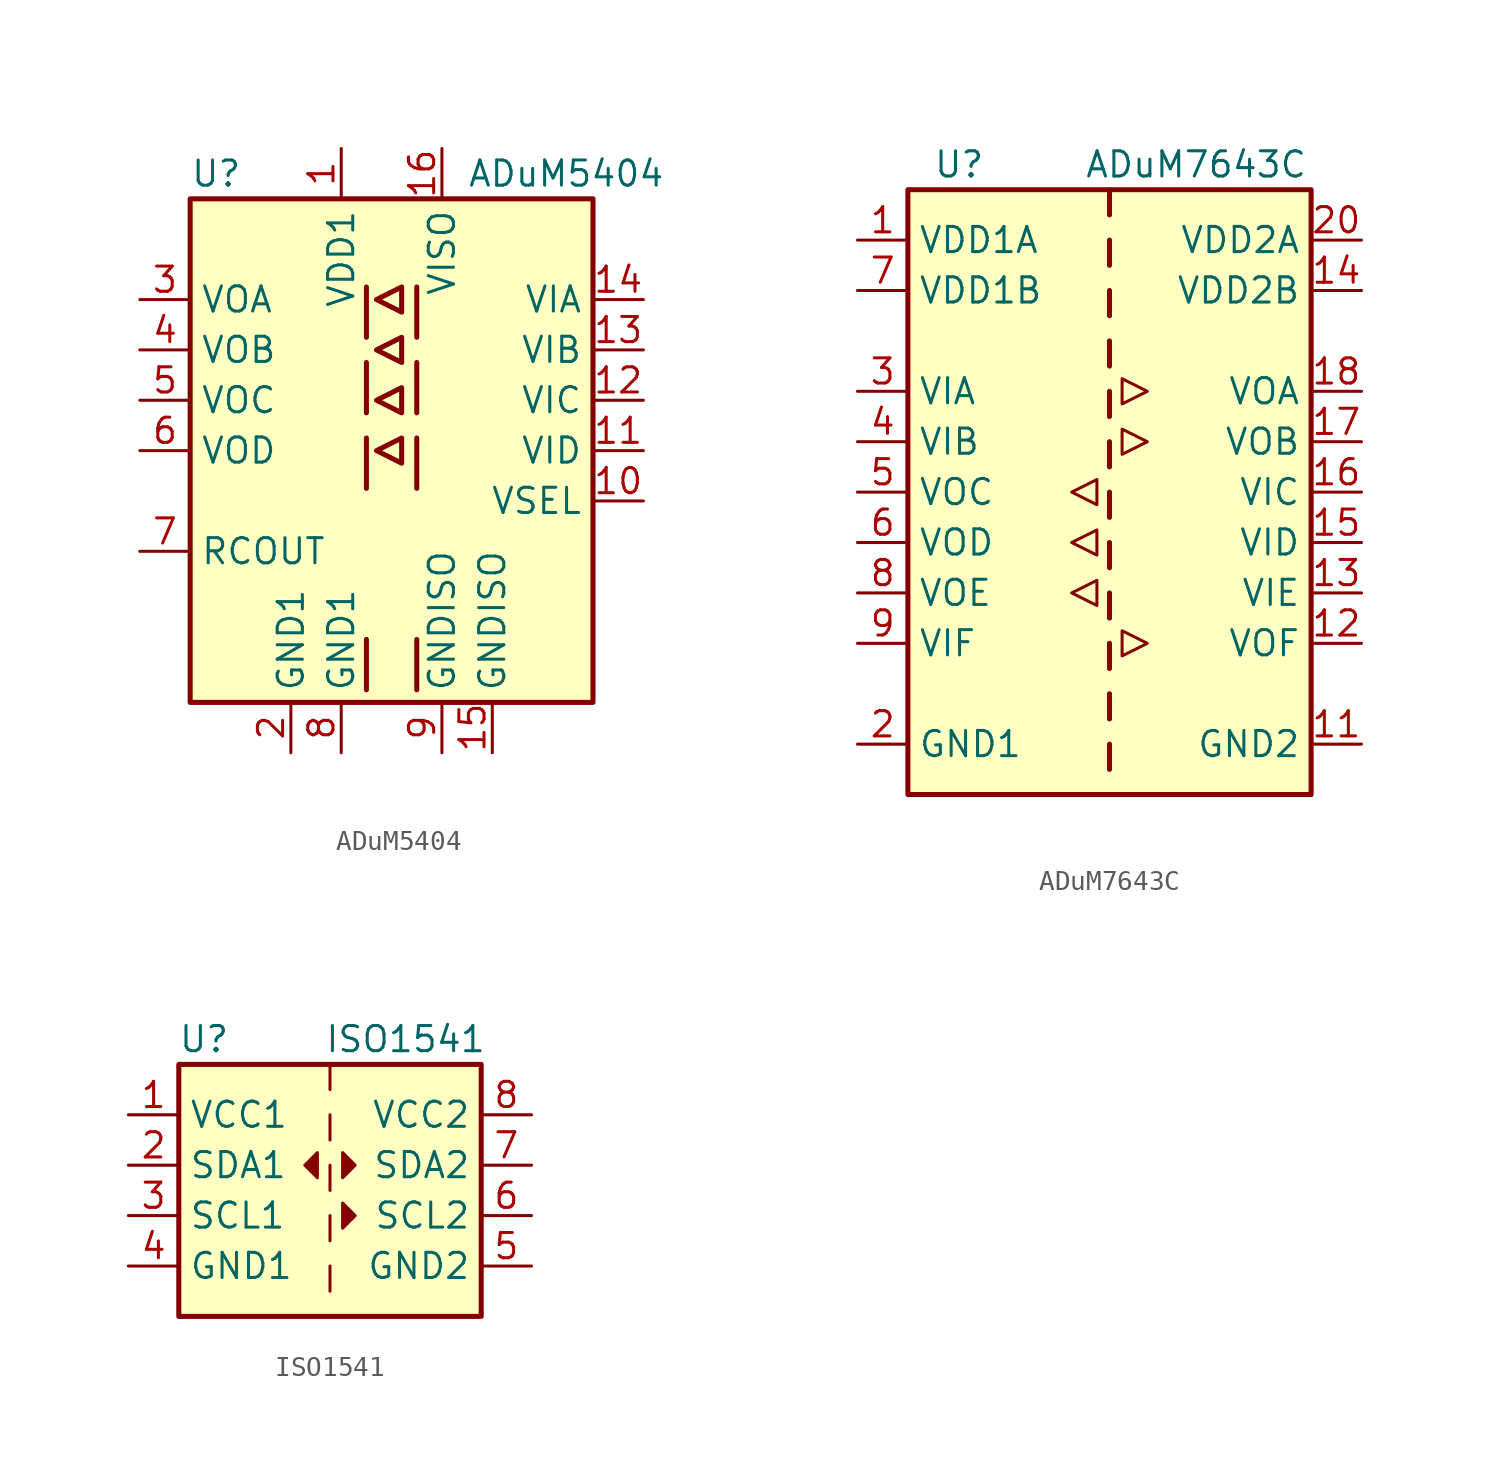
<source format=kicad_sym>
(kicad_symbol_lib
  (version 20201005)
  (generator kicad_symbol_editor)
  (symbol "Isolator_Digital:ADuM5404"
    (property "Reference" "U"
      (at -10.16 13.97 0)
      (effects (font (size 1.27 1.27)) (justify left)))
    (property "Value" "ADuM5404"
      (at 3.81 13.97 0)
      (effects (font (size 1.27 1.27)) (justify left)))
    (symbol "ADuM5404_0_1"
      (rectangle (start -10.16 12.7) (end 10.16 -12.7) (stroke (width 0.254)) (fill (type background)))
      (polyline (pts (xy -1.27 -9.525) (xy -1.27 -12.065)) (stroke (width 0.254)) (fill (type none)))
      (polyline (pts (xy -1.27 0.635) (xy -1.27 -1.905)) (stroke (width 0.254)) (fill (type none)))
      (polyline (pts (xy -1.27 4.445) (xy -1.27 1.905)) (stroke (width 0.254)) (fill (type none)))
      (polyline (pts (xy -1.27 8.255) (xy -1.27 5.715)) (stroke (width 0.254)) (fill (type none)))
      (polyline (pts (xy 1.27 -9.525) (xy 1.27 -12.065)) (stroke (width 0.254)) (fill (type none)))
      (polyline (pts (xy 1.27 0.635) (xy 1.27 -1.905)) (stroke (width 0.254)) (fill (type none)))
      (polyline (pts (xy 1.27 4.445) (xy 1.27 1.905)) (stroke (width 0.254)) (fill (type none)))
      (polyline (pts (xy 1.27 8.255) (xy 1.27 5.715)) (stroke (width 0.254)) (fill (type none)))
      (polyline (pts (xy 0.508 0.635) (xy 0.508 -0.635) (xy -0.762 0) (xy 0.508 0.635)) (stroke (width 0.254)) (fill (type none)))
      (polyline (pts (xy 0.508 1.905) (xy -0.762 2.54) (xy 0.508 3.175) (xy 0.508 1.905)) (stroke (width 0.254)) (fill (type none)))
      (polyline (pts (xy 0.508 5.715) (xy 0.508 4.445) (xy -0.762 5.08) (xy 0.508 5.715)) (stroke (width 0.254)) (fill (type none)))
      (polyline (pts (xy 0.508 6.985) (xy -0.762 7.62) (xy 0.508 8.255) (xy 0.508 6.985)) (stroke (width 0.254)) (fill (type none))))
    (symbol "ADuM5404_1_1"
      (pin power_in line (at -2.54 15.24 270) (length 2.54) (name "VDD1" (effects (font (size 1.27 1.27)))) (number "1" (effects (font (size 1.27 1.27)))))
      (pin input line (at 12.7 -2.54 180) (length 2.54) (name "VSEL" (effects (font (size 1.27 1.27)))) (number "10" (effects (font (size 1.27 1.27)))))
      (pin input line (at 12.7 0 180) (length 2.54) (name "VID" (effects (font (size 1.27 1.27)))) (number "11" (effects (font (size 1.27 1.27)))))
      (pin input line (at 12.7 2.54 180) (length 2.54) (name "VIC" (effects (font (size 1.27 1.27)))) (number "12" (effects (font (size 1.27 1.27)))))
      (pin input line (at 12.7 5.08 180) (length 2.54) (name "VIB" (effects (font (size 1.27 1.27)))) (number "13" (effects (font (size 1.27 1.27)))))
      (pin input line (at 12.7 7.62 180) (length 2.54) (name "VIA" (effects (font (size 1.27 1.27)))) (number "14" (effects (font (size 1.27 1.27)))))
      (pin power_in line (at 5.08 -15.24 90) (length 2.54) (name "GNDISO" (effects (font (size 1.27 1.27)))) (number "15" (effects (font (size 1.27 1.27)))))
      (pin power_in line (at 2.54 15.24 270) (length 2.54) (name "VISO" (effects (font (size 1.27 1.27)))) (number "16" (effects (font (size 1.27 1.27)))))
      (pin power_in line (at -5.08 -15.24 90) (length 2.54) (name "GND1" (effects (font (size 1.27 1.27)))) (number "2" (effects (font (size 1.27 1.27)))))
      (pin output line (at -12.7 7.62 0) (length 2.54) (name "VOA" (effects (font (size 1.27 1.27)))) (number "3" (effects (font (size 1.27 1.27)))))
      (pin output line (at -12.7 5.08 0) (length 2.54) (name "VOB" (effects (font (size 1.27 1.27)))) (number "4" (effects (font (size 1.27 1.27)))))
      (pin output line (at -12.7 2.54 0) (length 2.54) (name "VOC" (effects (font (size 1.27 1.27)))) (number "5" (effects (font (size 1.27 1.27)))))
      (pin output line (at -12.7 0 0) (length 2.54) (name "VOD" (effects (font (size 1.27 1.27)))) (number "6" (effects (font (size 1.27 1.27)))))
      (pin output line (at -12.7 -5.08 0) (length 2.54) (name "RCOUT" (effects (font (size 1.27 1.27)))) (number "7" (effects (font (size 1.27 1.27)))))
      (pin power_in line (at -2.54 -15.24 90) (length 2.54) (name "GND1" (effects (font (size 1.27 1.27)))) (number "8" (effects (font (size 1.27 1.27)))))
      (pin power_in line (at 2.54 -15.24 90) (length 2.54) (name "GNDISO" (effects (font (size 1.27 1.27)))) (number "9" (effects (font (size 1.27 1.27)))))))
  (symbol "Isolator_Digital:ADuM7643C"
    (property "Reference" "U"
      (at -8.89 16.51 0)
      (effects (font (size 1.27 1.27)) (justify left)))
    (property "Value" "ADuM7643C"
      (at -1.27 16.51 0)
      (effects (font (size 1.27 1.27)) (justify left)))
    (symbol "ADuM7643C_0_1"
      (polyline (pts (xy -1.905 -5.08) (xy -0.635 -5.715) (xy -0.635 -4.445) (xy -1.905 -5.08)) (stroke (width 0)) (fill (type none)))
      (polyline (pts (xy -1.905 -2.54) (xy -0.635 -3.175) (xy -0.635 -1.905) (xy -1.905 -2.54)) (stroke (width 0)) (fill (type none)))
      (polyline (pts (xy -1.905 0) (xy -0.635 -0.635) (xy -0.635 0.635) (xy -1.905 0)) (stroke (width 0)) (fill (type none)))
      (polyline (pts (xy 0.635 -6.985) (xy 0.635 -8.255) (xy 1.905 -7.62) (xy 0.635 -6.985)) (stroke (width 0)) (fill (type none)))
      (polyline (pts (xy 0.635 3.175) (xy 0.635 1.905) (xy 1.905 2.54) (xy 0.635 3.175)) (stroke (width 0)) (fill (type none)))
      (polyline (pts (xy 0.635 5.715) (xy 0.635 4.445) (xy 1.905 5.08) (xy 0.635 5.715)) (stroke (width 0)) (fill (type none))))
    (symbol "ADuM7643C_1_1"
      (rectangle (start -10.16 15.24) (end 10.16 -15.24) (stroke (width 0.254)) (fill (type background)))
      (polyline (pts (xy 0 -12.7) (xy 0 -13.97)) (stroke (width 0.254)) (fill (type none)))
      (polyline (pts (xy 0 -10.16) (xy 0 -11.43)) (stroke (width 0.254)) (fill (type none)))
      (polyline (pts (xy 0 -7.62) (xy 0 -8.89)) (stroke (width 0.254)) (fill (type none)))
      (polyline (pts (xy 0 -5.08) (xy 0 -6.35)) (stroke (width 0.254)) (fill (type none)))
      (polyline (pts (xy 0 -2.54) (xy 0 -3.81)) (stroke (width 0.254)) (fill (type none)))
      (polyline (pts (xy 0 0) (xy 0 -1.27)) (stroke (width 0.254)) (fill (type none)))
      (polyline (pts (xy 0 2.54) (xy 0 1.27)) (stroke (width 0.254)) (fill (type none)))
      (polyline (pts (xy 0 5.08) (xy 0 3.81)) (stroke (width 0.254)) (fill (type none)))
      (polyline (pts (xy 0 7.62) (xy 0 6.35)) (stroke (width 0.254)) (fill (type none)))
      (polyline (pts (xy 0 10.16) (xy 0 8.89)) (stroke (width 0.254)) (fill (type none)))
      (polyline (pts (xy 0 12.7) (xy 0 11.43)) (stroke (width 0.254)) (fill (type none)))
      (polyline (pts (xy 0 15.24) (xy 0 13.97)) (stroke (width 0.254)) (fill (type none)))
      (pin power_in line (at -12.7 12.7 0) (length 2.54) (name "VDD1A" (effects (font (size 1.27 1.27)))) (number "1" (effects (font (size 1.27 1.27)))))
      (pin passive line (at -12.7 -12.7 0) (length 2.54) hide (name "GND1" (effects (font (size 1.27 1.27)))) (number "10" (effects (font (size 1.27 1.27)))))
      (pin power_in line (at 12.7 -12.7 180) (length 2.54) (name "GND2" (effects (font (size 1.27 1.27)))) (number "11" (effects (font (size 1.27 1.27)))))
      (pin output line (at 12.7 -7.62 180) (length 2.54) (name "VOF" (effects (font (size 1.27 1.27)))) (number "12" (effects (font (size 1.27 1.27)))))
      (pin input line (at 12.7 -5.08 180) (length 2.54) (name "VIE" (effects (font (size 1.27 1.27)))) (number "13" (effects (font (size 1.27 1.27)))))
      (pin power_in line (at 12.7 10.16 180) (length 2.54) (name "VDD2B" (effects (font (size 1.27 1.27)))) (number "14" (effects (font (size 1.27 1.27)))))
      (pin input line (at 12.7 -2.54 180) (length 2.54) (name "VID" (effects (font (size 1.27 1.27)))) (number "15" (effects (font (size 1.27 1.27)))))
      (pin input line (at 12.7 0 180) (length 2.54) (name "VIC" (effects (font (size 1.27 1.27)))) (number "16" (effects (font (size 1.27 1.27)))))
      (pin output line (at 12.7 2.54 180) (length 2.54) (name "VOB" (effects (font (size 1.27 1.27)))) (number "17" (effects (font (size 1.27 1.27)))))
      (pin output line (at 12.7 5.08 180) (length 2.54) (name "VOA" (effects (font (size 1.27 1.27)))) (number "18" (effects (font (size 1.27 1.27)))))
      (pin passive line (at 12.7 -12.7 180) (length 2.54) hide (name "GND2" (effects (font (size 1.27 1.27)))) (number "19" (effects (font (size 1.27 1.27)))))
      (pin power_in line (at -12.7 -12.7 0) (length 2.54) (name "GND1" (effects (font (size 1.27 1.27)))) (number "2" (effects (font (size 1.27 1.27)))))
      (pin power_in line (at 12.7 12.7 180) (length 2.54) (name "VDD2A" (effects (font (size 1.27 1.27)))) (number "20" (effects (font (size 1.27 1.27)))))
      (pin input line (at -12.7 5.08 0) (length 2.54) (name "VIA" (effects (font (size 1.27 1.27)))) (number "3" (effects (font (size 1.27 1.27)))))
      (pin input line (at -12.7 2.54 0) (length 2.54) (name "VIB" (effects (font (size 1.27 1.27)))) (number "4" (effects (font (size 1.27 1.27)))))
      (pin output line (at -12.7 0 0) (length 2.54) (name "VOC" (effects (font (size 1.27 1.27)))) (number "5" (effects (font (size 1.27 1.27)))))
      (pin output line (at -12.7 -2.54 0) (length 2.54) (name "VOD" (effects (font (size 1.27 1.27)))) (number "6" (effects (font (size 1.27 1.27)))))
      (pin power_in line (at -12.7 10.16 0) (length 2.54) (name "VDD1B" (effects (font (size 1.27 1.27)))) (number "7" (effects (font (size 1.27 1.27)))))
      (pin output line (at -12.7 -5.08 0) (length 2.54) (name "VOE" (effects (font (size 1.27 1.27)))) (number "8" (effects (font (size 1.27 1.27)))))
      (pin input line (at -12.7 -7.62 0) (length 2.54) (name "VIF" (effects (font (size 1.27 1.27)))) (number "9" (effects (font (size 1.27 1.27)))))))
  (symbol "Isolator_Digital:ISO1541"
    (property "Reference" "U"
      (at -6.35 6.35 0)
      (effects (font (size 1.27 1.27))))
    (property "Value" "ISO1541"
      (at 3.81 6.35 0)
      (effects (font (size 1.27 1.27))))
    (symbol "ISO1541_0_1"
      (rectangle (start 0 -5.08) (end 0 -6.35) (stroke (width 0)) (fill (type none)))
      (rectangle (start -7.62 5.08) (end 7.62 -7.62) (stroke (width 0.254)) (fill (type background)))
      (polyline (pts (xy 0 -2.54) (xy 0 -3.81)) (stroke (width 0)) (fill (type none)))
      (polyline (pts (xy 0 0) (xy 0 -1.27)) (stroke (width 0)) (fill (type none)))
      (polyline (pts (xy 0 2.54) (xy 0 1.27)) (stroke (width 0)) (fill (type none)))
      (polyline (pts (xy 0 5.08) (xy 0 3.81)) (stroke (width 0)) (fill (type none)))
      (polyline (pts (xy -0.635 0.635) (xy -1.27 0) (xy -0.635 -0.635) (xy -0.635 0.635)) (stroke (width 0)) (fill (type outline)))
      (polyline (pts (xy 0.635 -1.905) (xy 1.27 -2.54) (xy 0.635 -3.175) (xy 0.635 -1.905)) (stroke (width 0)) (fill (type outline)))
      (polyline (pts (xy 0.635 0.635) (xy 1.27 0) (xy 0.635 -0.635) (xy 0.635 0.635)) (stroke (width 0)) (fill (type outline))))
    (symbol "ISO1541_1_1"
      (pin power_in line (at -10.16 2.54 0) (length 2.54) (name "VCC1" (effects (font (size 1.27 1.27)))) (number "1" (effects (font (size 1.27 1.27)))))
      (pin bidirectional line (at -10.16 0 0) (length 2.54) (name "SDA1" (effects (font (size 1.27 1.27)))) (number "2" (effects (font (size 1.27 1.27)))))
      (pin input line (at -10.16 -2.54 0) (length 2.54) (name "SCL1" (effects (font (size 1.27 1.27)))) (number "3" (effects (font (size 1.27 1.27)))))
      (pin power_in line (at -10.16 -5.08 0) (length 2.54) (name "GND1" (effects (font (size 1.27 1.27)))) (number "4" (effects (font (size 1.27 1.27)))))
      (pin power_in line (at 10.16 -5.08 180) (length 2.54) (name "GND2" (effects (font (size 1.27 1.27)))) (number "5" (effects (font (size 1.27 1.27)))))
      (pin output line (at 10.16 -2.54 180) (length 2.54) (name "SCL2" (effects (font (size 1.27 1.27)))) (number "6" (effects (font (size 1.27 1.27)))))
      (pin bidirectional line (at 10.16 0 180) (length 2.54) (name "SDA2" (effects (font (size 1.27 1.27)))) (number "7" (effects (font (size 1.27 1.27)))))
      (pin power_in line (at 10.16 2.54 180) (length 2.54) (name "VCC2" (effects (font (size 1.27 1.27)))) (number "8" (effects (font (size 1.27 1.27))))))))
</source>
